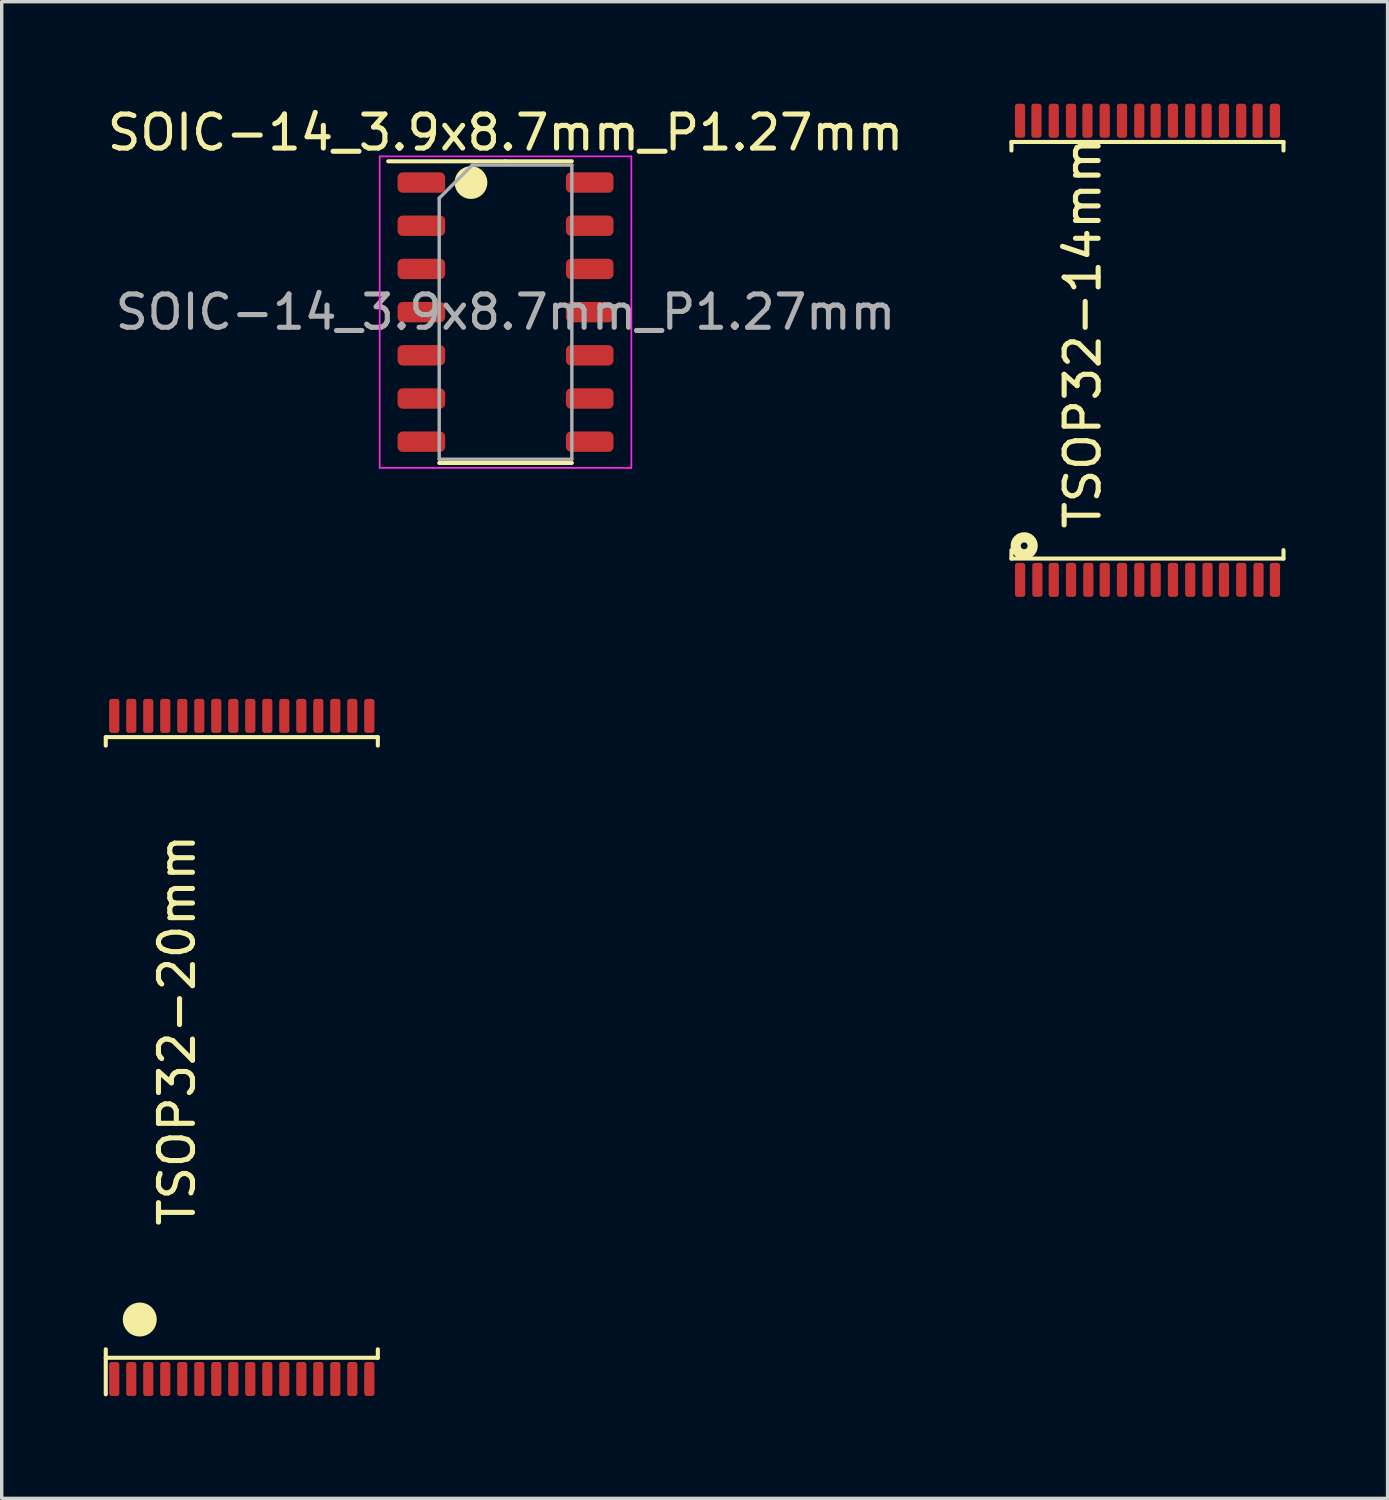
<source format=kicad_pcb>
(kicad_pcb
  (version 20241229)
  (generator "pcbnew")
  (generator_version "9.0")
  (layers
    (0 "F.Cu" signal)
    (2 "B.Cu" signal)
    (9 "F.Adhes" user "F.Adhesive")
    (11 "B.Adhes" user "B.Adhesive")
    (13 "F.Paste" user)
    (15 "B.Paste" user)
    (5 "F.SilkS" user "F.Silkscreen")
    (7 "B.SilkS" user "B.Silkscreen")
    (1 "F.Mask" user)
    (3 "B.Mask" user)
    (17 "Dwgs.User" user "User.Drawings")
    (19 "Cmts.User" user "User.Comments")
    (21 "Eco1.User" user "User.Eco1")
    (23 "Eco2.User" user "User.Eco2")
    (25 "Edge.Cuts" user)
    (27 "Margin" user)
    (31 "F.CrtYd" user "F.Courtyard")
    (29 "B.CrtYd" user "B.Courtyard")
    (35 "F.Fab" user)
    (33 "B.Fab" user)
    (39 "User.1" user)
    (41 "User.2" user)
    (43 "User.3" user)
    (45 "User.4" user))
  (footprint "SOIC-14_3.9x8.7mm_P1.27mm"
    (layer "F.Cu")
    (at 11.815 6.128)
    (property "Reference" "SOIC-14_3.9x8.7mm_P1.27mm" (at 0 -5.28 0) (layer "F.SilkS") (effects (font (size 1 1) (thickness 0.15))))
    (attr smd)
    (fp_line (start 0 -4.435) (end -3.45 -4.435) (stroke (width 0.12) (type solid)) (layer "F.SilkS"))
    (fp_line (start 0 -4.435) (end 1.95 -4.435) (stroke (width 0.12) (type solid)) (layer "F.SilkS"))
    (fp_line (start 0 4.435) (end -1.95 4.435) (stroke (width 0.12) (type solid)) (layer "F.SilkS"))
    (fp_line (start 0 4.435) (end 1.95 4.435) (stroke (width 0.12) (type solid)) (layer "F.SilkS"))
    (fp_circle (center -1.016 -3.81) (end -0.635 -3.81) (stroke (width 0.2) (type solid)) (fill yes) (layer "F.SilkS"))
    (fp_line (start -3.7 -4.58) (end -3.7 4.58) (stroke (width 0.05) (type solid)) (layer "F.CrtYd"))
    (fp_line (start -3.7 4.58) (end 3.7 4.58) (stroke (width 0.05) (type solid)) (layer "F.CrtYd"))
    (fp_line (start 3.7 -4.58) (end -3.7 -4.58) (stroke (width 0.05) (type solid)) (layer "F.CrtYd"))
    (fp_line (start 3.7 4.58) (end 3.7 -4.58) (stroke (width 0.05) (type solid)) (layer "F.CrtYd"))
    (fp_line (start -1.95 -3.35) (end -0.975 -4.325) (stroke (width 0.1) (type solid)) (layer "F.Fab"))
    (fp_line (start -1.95 4.325) (end -1.95 -3.35) (stroke (width 0.1) (type solid)) (layer "F.Fab"))
    (fp_line (start -0.975 -4.325) (end 1.95 -4.325) (stroke (width 0.1) (type solid)) (layer "F.Fab"))
    (fp_line (start 1.95 -4.325) (end 1.95 4.325) (stroke (width 0.1) (type solid)) (layer "F.Fab"))
    (fp_line (start 1.95 4.325) (end -1.95 4.325) (stroke (width 0.1) (type solid)) (layer "F.Fab"))
    (fp_text user "${REFERENCE}" (at 0 0 0) (layer "F.Fab") (effects (font (size 0.98 0.98) (thickness 0.15))))
    (pad "1" smd roundrect (at -2.475 -3.81) (size 1.4 0.6) (layers "F.Cu" "F.Mask" "F.Paste") (roundrect_rratio 0.25))
    (pad "2" smd roundrect (at -2.475 -2.54) (size 1.4 0.6) (layers "F.Cu" "F.Mask" "F.Paste") (roundrect_rratio 0.25))
    (pad "3" smd roundrect (at -2.475 -1.27) (size 1.4 0.6) (layers "F.Cu" "F.Mask" "F.Paste") (roundrect_rratio 0.25))
    (pad "4" smd roundrect (at -2.475 0) (size 1.4 0.6) (layers "F.Cu" "F.Mask" "F.Paste") (roundrect_rratio 0.25))
    (pad "5" smd roundrect (at -2.475 1.27) (size 1.4 0.6) (layers "F.Cu" "F.Mask" "F.Paste") (roundrect_rratio 0.25))
    (pad "6" smd roundrect (at -2.475 2.54) (size 1.4 0.6) (layers "F.Cu" "F.Mask" "F.Paste") (roundrect_rratio 0.25))
    (pad "7" smd roundrect (at -2.475 3.81) (size 1.4 0.6) (layers "F.Cu" "F.Mask" "F.Paste") (roundrect_rratio 0.25))
    (pad "8" smd roundrect (at 2.475 3.81) (size 1.4 0.6) (layers "F.Cu" "F.Mask" "F.Paste") (roundrect_rratio 0.25))
    (pad "9" smd roundrect (at 2.475 2.54) (size 1.4 0.6) (layers "F.Cu" "F.Mask" "F.Paste") (roundrect_rratio 0.25))
    (pad "10" smd roundrect (at 2.475 1.27) (size 1.4 0.6) (layers "F.Cu" "F.Mask" "F.Paste") (roundrect_rratio 0.25))
    (pad "11" smd roundrect (at 2.475 0) (size 1.4 0.6) (layers "F.Cu" "F.Mask" "F.Paste") (roundrect_rratio 0.25))
    (pad "12" smd roundrect (at 2.475 -1.27) (size 1.4 0.6) (layers "F.Cu" "F.Mask" "F.Paste") (roundrect_rratio 0.25))
    (pad "13" smd roundrect (at 2.475 -2.54) (size 1.4 0.6) (layers "F.Cu" "F.Mask" "F.Paste") (roundrect_rratio 0.25))
    (pad "14" smd roundrect (at 2.475 -3.81) (size 1.4 0.6) (layers "F.Cu" "F.Mask" "F.Paste") (roundrect_rratio 0.25)))
  (footprint "TSOP32-14mm"
    (layer "F.Cu")
    (at 30.691 7.25)
    (property "Reference" "TSOP32-14mm" (at -1.905 -0.508 90) (layer "F.SilkS") (effects (font (size 1 1) (thickness 0.15))))
    (attr exclude_from_pos_files exclude_from_bom)
    (fp_line (start -4 -6.125) (end -4 -5.875) (stroke (width 0.12) (type solid)) (layer "F.SilkS"))
    (fp_line (start -4 6.125) (end -4 5.875) (stroke (width 0.12) (type solid)) (layer "F.SilkS"))
    (fp_line (start -4 6.125) (end 4 6.125) (stroke (width 0.12) (type solid)) (layer "F.SilkS"))
    (fp_line (start 4 -6.125) (end -4 -6.125) (stroke (width 0.12) (type solid)) (layer "F.SilkS"))
    (fp_line (start 4 -6.125) (end 4 -5.875) (stroke (width 0.12) (type solid)) (layer "F.SilkS"))
    (fp_line (start 4 6.125) (end 4 5.875) (stroke (width 0.12) (type solid)) (layer "F.SilkS"))
    (fp_circle (center -3.625 5.75) (end -3.525 5.75) (stroke (width 0.3) (type solid)) (fill no) (layer "F.SilkS"))
    (pad "1" smd roundrect (at -3.745 6.75) (size 0.3 1) (layers "F.Cu" "F.Mask" "F.Paste") (roundrect_rratio 0.25))
    (pad "2" smd roundrect (at -3.237 6.75) (size 0.3 1) (layers "F.Cu" "F.Mask" "F.Paste") (roundrect_rratio 0.25))
    (pad "3" smd roundrect (at -2.755 6.75) (size 0.3 1) (layers "F.Cu" "F.Mask" "F.Paste") (roundrect_rratio 0.25))
    (pad "4" smd roundrect (at -2.247 6.75) (size 0.3 1) (layers "F.Cu" "F.Mask" "F.Paste") (roundrect_rratio 0.25))
    (pad "5" smd roundrect (at -1.739 6.75) (size 0.3 1) (layers "F.Cu" "F.Mask" "F.Paste") (roundrect_rratio 0.25))
    (pad "6" smd roundrect (at -1.256 6.75) (size 0.3 1) (layers "F.Cu" "F.Mask" "F.Paste") (roundrect_rratio 0.25))
    (pad "7" smd roundrect (at -0.748 6.75) (size 0.3 1) (layers "F.Cu" "F.Mask" "F.Paste") (roundrect_rratio 0.25))
    (pad "8" smd roundrect (at -0.24 6.75) (size 0.3 1) (layers "F.Cu" "F.Mask" "F.Paste") (roundrect_rratio 0.25))
    (pad "9" smd roundrect (at 0.242 6.75) (size 0.3 1) (layers "F.Cu" "F.Mask" "F.Paste") (roundrect_rratio 0.25))
    (pad "10" smd roundrect (at 0.75 6.75) (size 0.3 1) (layers "F.Cu" "F.Mask" "F.Paste") (roundrect_rratio 0.25))
    (pad "11" smd roundrect (at 1.258 6.75) (size 0.3 1) (layers "F.Cu" "F.Mask" "F.Paste") (roundrect_rratio 0.25))
    (pad "12" smd roundrect (at 1.766 6.75) (size 0.3 1) (layers "F.Cu" "F.Mask" "F.Paste") (roundrect_rratio 0.25))
    (pad "13" smd roundrect (at 2.249 6.75) (size 0.3 1) (layers "F.Cu" "F.Mask" "F.Paste") (roundrect_rratio 0.25))
    (pad "14" smd roundrect (at 2.757 6.75) (size 0.3 1) (layers "F.Cu" "F.Mask" "F.Paste") (roundrect_rratio 0.25))
    (pad "15" smd roundrect (at 3.265 6.75) (size 0.3 1) (layers "F.Cu" "F.Mask" "F.Paste") (roundrect_rratio 0.25))
    (pad "16" smd roundrect (at 3.748 6.75) (size 0.3 1) (layers "F.Cu" "F.Mask" "F.Paste") (roundrect_rratio 0.25))
    (pad "17" smd roundrect (at 3.747 -6.75) (size 0.3 1) (layers "F.Cu" "F.Mask" "F.Paste") (roundrect_rratio 0.25))
    (pad "18" smd roundrect (at 3.239 -6.75) (size 0.3 1) (layers "F.Cu" "F.Mask" "F.Paste") (roundrect_rratio 0.25))
    (pad "19" smd roundrect (at 2.756 -6.75) (size 0.3 1) (layers "F.Cu" "F.Mask" "F.Paste") (roundrect_rratio 0.25))
    (pad "20" smd roundrect (at 2.248 -6.75) (size 0.3 1) (layers "F.Cu" "F.Mask" "F.Paste") (roundrect_rratio 0.25))
    (pad "21" smd roundrect (at 1.74 -6.75) (size 0.3 1) (layers "F.Cu" "F.Mask" "F.Paste") (roundrect_rratio 0.25))
    (pad "22" smd roundrect (at 1.257 -6.75) (size 0.3 1) (layers "F.Cu" "F.Mask" "F.Paste") (roundrect_rratio 0.25))
    (pad "23" smd roundrect (at 0.749 -6.75) (size 0.3 1) (layers "F.Cu" "F.Mask" "F.Paste") (roundrect_rratio 0.25))
    (pad "24" smd roundrect (at 0.241 -6.75) (size 0.3 1) (layers "F.Cu" "F.Mask" "F.Paste") (roundrect_rratio 0.25))
    (pad "25" smd roundrect (at -0.241 -6.75) (size 0.3 1) (layers "F.Cu" "F.Mask" "F.Paste") (roundrect_rratio 0.25))
    (pad "26" smd roundrect (at -0.749 -6.75) (size 0.3 1) (layers "F.Cu" "F.Mask" "F.Paste") (roundrect_rratio 0.25))
    (pad "27" smd roundrect (at -1.257 -6.75) (size 0.3 1) (layers "F.Cu" "F.Mask" "F.Paste") (roundrect_rratio 0.25))
    (pad "28" smd roundrect (at -1.765 -6.75) (size 0.3 1) (layers "F.Cu" "F.Mask" "F.Paste") (roundrect_rratio 0.25))
    (pad "29" smd roundrect (at -2.248 -6.75) (size 0.3 1) (layers "F.Cu" "F.Mask" "F.Paste") (roundrect_rratio 0.25))
    (pad "30" smd roundrect (at -2.756 -6.75) (size 0.3 1) (layers "F.Cu" "F.Mask" "F.Paste") (roundrect_rratio 0.25))
    (pad "31" smd roundrect (at -3.264 -6.75) (size 0.3 1) (layers "F.Cu" "F.Mask" "F.Paste") (roundrect_rratio 0.25))
    (pad "32" smd roundrect (at -3.747 -6.75) (size 0.3 1) (layers "F.Cu" "F.Mask" "F.Paste") (roundrect_rratio 0.25)))
  (footprint "TSOP32-20mm"
    (layer "F.Cu")
    (at 4.06 27.75)
    (property "Reference" "TSOP32-20mm" (at -1.905 -0.508 90) (layer "F.SilkS") (effects (font (size 1 1) (thickness 0.15))))
    (attr smd)
    (fp_line (start -4 -9.125) (end -4 -8.875) (stroke (width 0.12) (type solid)) (layer "F.SilkS"))
    (fp_line (start -4 9.125) (end 4 9.125) (stroke (width 0.12) (type solid)) (layer "F.SilkS"))
    (fp_line (start -4 10.2) (end -4 8.875) (stroke (width 0.12) (type solid)) (layer "F.SilkS"))
    (fp_line (start 4 -9.125) (end -4 -9.125) (stroke (width 0.12) (type solid)) (layer "F.SilkS"))
    (fp_line (start 4 -9.125) (end 4 -8.875) (stroke (width 0.12) (type solid)) (layer "F.SilkS"))
    (fp_line (start 4 9.125) (end 4 8.875) (stroke (width 0.12) (type solid)) (layer "F.SilkS"))
    (fp_circle (center -3 8) (end -2.75 8) (stroke (width 0.5) (type solid)) (fill no) (layer "F.SilkS"))
    (pad "1" smd roundrect (at -3.75 9.75) (size 0.3 1) (layers "F.Cu" "F.Mask" "F.Paste") (roundrect_rratio 0.25))
    (pad "2" smd roundrect (at -3.25 9.75) (size 0.3 1) (layers "F.Cu" "F.Mask" "F.Paste") (roundrect_rratio 0.25))
    (pad "3" smd roundrect (at -2.75 9.75) (size 0.3 1) (layers "F.Cu" "F.Mask" "F.Paste") (roundrect_rratio 0.25))
    (pad "4" smd roundrect (at -2.25 9.75) (size 0.3 1) (layers "F.Cu" "F.Mask" "F.Paste") (roundrect_rratio 0.25))
    (pad "5" smd roundrect (at -1.75 9.75) (size 0.3 1) (layers "F.Cu" "F.Mask" "F.Paste") (roundrect_rratio 0.25))
    (pad "6" smd roundrect (at -1.25 9.75) (size 0.3 1) (layers "F.Cu" "F.Mask" "F.Paste") (roundrect_rratio 0.25))
    (pad "7" smd roundrect (at -0.75 9.75) (size 0.3 1) (layers "F.Cu" "F.Mask" "F.Paste") (roundrect_rratio 0.25))
    (pad "8" smd roundrect (at -0.25 9.75) (size 0.3 1) (layers "F.Cu" "F.Mask" "F.Paste") (roundrect_rratio 0.25))
    (pad "9" smd roundrect (at 0.25 9.75) (size 0.3 1) (layers "F.Cu" "F.Mask" "F.Paste") (roundrect_rratio 0.25))
    (pad "10" smd roundrect (at 0.75 9.75) (size 0.3 1) (layers "F.Cu" "F.Mask" "F.Paste") (roundrect_rratio 0.25))
    (pad "11" smd roundrect (at 1.25 9.75) (size 0.3 1) (layers "F.Cu" "F.Mask" "F.Paste") (roundrect_rratio 0.25))
    (pad "12" smd roundrect (at 1.75 9.75) (size 0.3 1) (layers "F.Cu" "F.Mask" "F.Paste") (roundrect_rratio 0.25))
    (pad "13" smd roundrect (at 2.25 9.75) (size 0.3 1) (layers "F.Cu" "F.Mask" "F.Paste") (roundrect_rratio 0.25))
    (pad "14" smd roundrect (at 2.75 9.75) (size 0.3 1) (layers "F.Cu" "F.Mask" "F.Paste") (roundrect_rratio 0.25))
    (pad "15" smd roundrect (at 3.25 9.75) (size 0.3 1) (layers "F.Cu" "F.Mask" "F.Paste") (roundrect_rratio 0.25))
    (pad "16" smd roundrect (at 3.75 9.75) (size 0.3 1) (layers "F.Cu" "F.Mask" "F.Paste") (roundrect_rratio 0.25))
    (pad "17" smd roundrect (at 3.75 -9.75) (size 0.3 1) (layers "F.Cu" "F.Mask" "F.Paste") (roundrect_rratio 0.25))
    (pad "18" smd roundrect (at 3.25 -9.75) (size 0.3 1) (layers "F.Cu" "F.Mask" "F.Paste") (roundrect_rratio 0.25))
    (pad "19" smd roundrect (at 2.75 -9.75) (size 0.3 1) (layers "F.Cu" "F.Mask" "F.Paste") (roundrect_rratio 0.25))
    (pad "20" smd roundrect (at 2.25 -9.75) (size 0.3 1) (layers "F.Cu" "F.Mask" "F.Paste") (roundrect_rratio 0.25))
    (pad "21" smd roundrect (at 1.75 -9.75) (size 0.3 1) (layers "F.Cu" "F.Mask" "F.Paste") (roundrect_rratio 0.25))
    (pad "22" smd roundrect (at 1.25 -9.75) (size 0.3 1) (layers "F.Cu" "F.Mask" "F.Paste") (roundrect_rratio 0.25))
    (pad "23" smd roundrect (at 0.75 -9.75) (size 0.3 1) (layers "F.Cu" "F.Mask" "F.Paste") (roundrect_rratio 0.25))
    (pad "24" smd roundrect (at 0.25 -9.75) (size 0.3 1) (layers "F.Cu" "F.Mask" "F.Paste") (roundrect_rratio 0.25))
    (pad "25" smd roundrect (at -0.25 -9.75) (size 0.3 1) (layers "F.Cu" "F.Mask" "F.Paste") (roundrect_rratio 0.25))
    (pad "26" smd roundrect (at -0.75 -9.75) (size 0.3 1) (layers "F.Cu" "F.Mask" "F.Paste") (roundrect_rratio 0.25))
    (pad "27" smd roundrect (at -1.25 -9.75) (size 0.3 1) (layers "F.Cu" "F.Mask" "F.Paste") (roundrect_rratio 0.25))
    (pad "28" smd roundrect (at -1.75 -9.75) (size 0.3 1) (layers "F.Cu" "F.Mask" "F.Paste") (roundrect_rratio 0.25))
    (pad "29" smd roundrect (at -2.25 -9.75) (size 0.3 1) (layers "F.Cu" "F.Mask" "F.Paste") (roundrect_rratio 0.25))
    (pad "30" smd roundrect (at -2.75 -9.75) (size 0.3 1) (layers "F.Cu" "F.Mask" "F.Paste") (roundrect_rratio 0.25))
    (pad "31" smd roundrect (at -3.25 -9.75) (size 0.3 1) (layers "F.Cu" "F.Mask" "F.Paste") (roundrect_rratio 0.25))
    (pad "32" smd roundrect (at -3.75 -9.75) (size 0.3 1) (layers "F.Cu" "F.Mask" "F.Paste") (roundrect_rratio 0.25)))
  (gr_rect
    (start -3 -3)
    (end 37.751 41.01)
    (stroke (width 0.1) (type default))
    (fill no)
    (layer "Edge.Cuts")))
</source>
